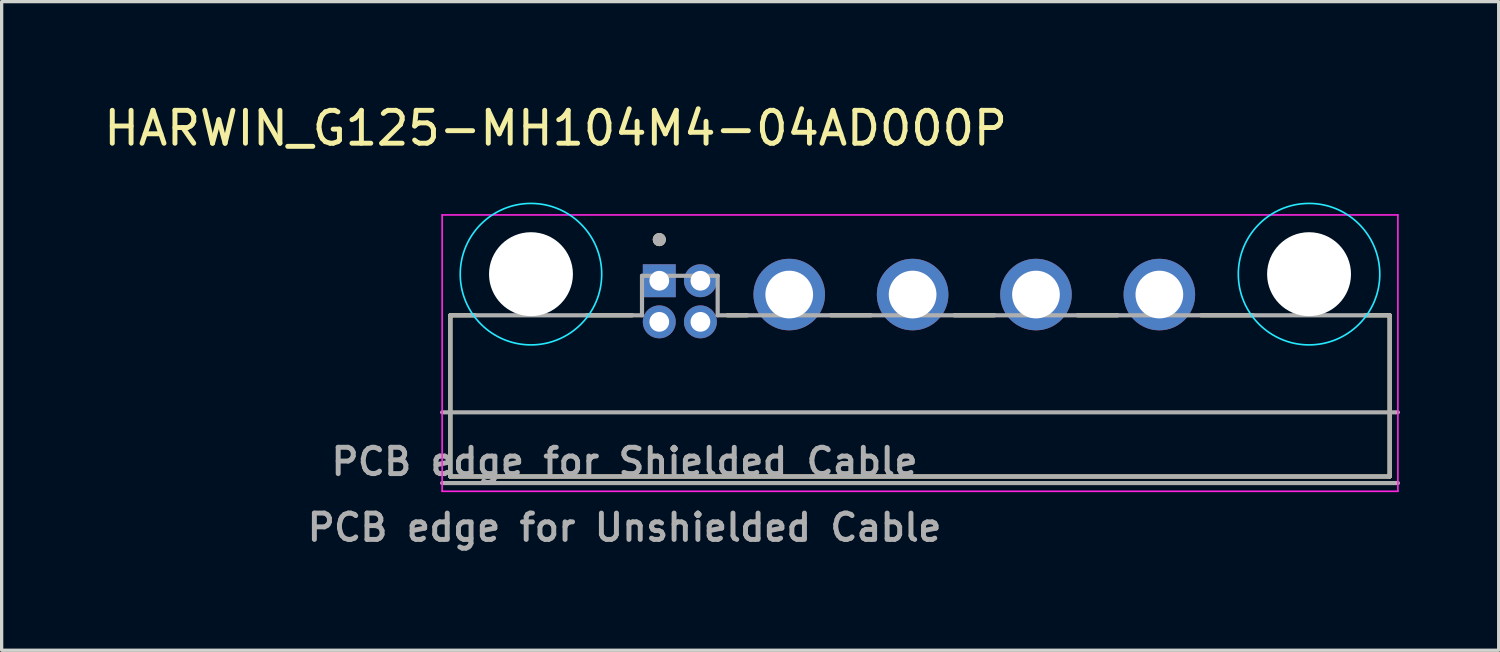
<source format=kicad_pcb>
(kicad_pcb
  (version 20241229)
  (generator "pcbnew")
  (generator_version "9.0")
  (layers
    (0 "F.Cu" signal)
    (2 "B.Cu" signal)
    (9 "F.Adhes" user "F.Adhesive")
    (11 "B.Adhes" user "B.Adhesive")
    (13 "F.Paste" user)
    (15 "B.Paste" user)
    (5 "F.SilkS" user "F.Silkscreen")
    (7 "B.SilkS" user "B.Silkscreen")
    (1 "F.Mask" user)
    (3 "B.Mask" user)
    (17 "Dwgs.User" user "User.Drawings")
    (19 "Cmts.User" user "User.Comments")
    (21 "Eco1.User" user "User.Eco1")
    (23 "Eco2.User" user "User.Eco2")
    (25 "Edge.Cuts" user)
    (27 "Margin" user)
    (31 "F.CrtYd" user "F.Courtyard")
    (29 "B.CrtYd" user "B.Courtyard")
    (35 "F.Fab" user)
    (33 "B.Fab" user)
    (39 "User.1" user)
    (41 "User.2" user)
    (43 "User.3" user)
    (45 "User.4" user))
  (footprint "HARWIN_G125-MH104M4-04AD000P"
    (layer "F.Cu")
    (at 24.914 8.983)
    (property "Reference" "HARWIN_G125-MH104M4-04AD000P" (at -11.075 -8.135 0) (layer "F.SilkS") (effects (font (size 1 1) (thickness 0.15))))
    (attr through_hole)
    (fp_line (start -14.275 -2.45) (end -13.525 -2.45) (stroke (width 0.127) (type solid)) (layer "F.SilkS"))
    (fp_line (start -14.275 2.45) (end -14.275 -2.45) (stroke (width 0.127) (type solid)) (layer "F.SilkS"))
    (fp_line (start -10.125 -2.45) (end -8.75 -2.45) (stroke (width 0.127) (type solid)) (layer "F.SilkS"))
    (fp_line (start -5.855 -2.45) (end -5.25 -2.45) (stroke (width 0.127) (type solid)) (layer "F.SilkS"))
    (fp_line (start -2.711 -2.45) (end -1.489 -2.45) (stroke (width 0.127) (type solid)) (layer "F.SilkS"))
    (fp_line (start 1.039 -2.45) (end 2.261 -2.45) (stroke (width 0.127) (type solid)) (layer "F.SilkS"))
    (fp_line (start 4.789 -2.45) (end 6.011 -2.45) (stroke (width 0.127) (type solid)) (layer "F.SilkS"))
    (fp_line (start 8.539 -2.45) (end 10.125 -2.45) (stroke (width 0.127) (type solid)) (layer "F.SilkS"))
    (fp_line (start 13.525 -2.45) (end 14.275 -2.45) (stroke (width 0.127) (type solid)) (layer "F.SilkS"))
    (fp_line (start 14.275 -2.45) (end 14.275 2.45) (stroke (width 0.127) (type solid)) (layer "F.SilkS"))
    (fp_line (start 14.275 2.45) (end -14.275 2.45) (stroke (width 0.127) (type solid)) (layer "F.SilkS"))
    (fp_circle (center -7.925 -4.75) (end -7.825 -4.75) (stroke (width 0.2) (type solid)) (fill no) (layer "F.SilkS"))
    (fp_circle (center -11.825 -3.7) (end -9.675 -3.7) (stroke (width 0.05) (type solid)) (fill no) (layer "B.CrtYd"))
    (fp_circle (center 11.825 -3.7) (end 13.975 -3.7) (stroke (width 0.05) (type solid)) (fill no) (layer "B.CrtYd"))
    (fp_line (start -14.525 -5.5) (end 14.525 -5.5) (stroke (width 0.05) (type solid)) (layer "F.CrtYd"))
    (fp_line (start -14.525 2.9) (end -14.525 -5.5) (stroke (width 0.05) (type solid)) (layer "F.CrtYd"))
    (fp_line (start 14.525 -5.5) (end 14.525 2.9) (stroke (width 0.05) (type solid)) (layer "F.CrtYd"))
    (fp_line (start 14.525 2.9) (end -14.525 2.9) (stroke (width 0.05) (type solid)) (layer "F.CrtYd"))
    (fp_line (start -14.525 0.5) (end 14.525 0.5) (stroke (width 0.127) (type solid)) (layer "F.Fab"))
    (fp_line (start -14.525 2.65) (end 14.525 2.65) (stroke (width 0.127) (type solid)) (layer "F.Fab"))
    (fp_line (start -14.275 -2.45) (end -8.45 -2.45) (stroke (width 0.127) (type solid)) (layer "F.Fab"))
    (fp_line (start -14.275 2.45) (end -14.275 -2.45) (stroke (width 0.127) (type solid)) (layer "F.Fab"))
    (fp_line (start -8.45 -3.65) (end -6.15 -3.65) (stroke (width 0.127) (type solid)) (layer "F.Fab"))
    (fp_line (start -8.45 -2.45) (end -8.45 -3.65) (stroke (width 0.127) (type solid)) (layer "F.Fab"))
    (fp_line (start -6.15 -3.65) (end -6.15 -2.45) (stroke (width 0.127) (type solid)) (layer "F.Fab"))
    (fp_line (start -6.15 -2.45) (end 14.275 -2.45) (stroke (width 0.127) (type solid)) (layer "F.Fab"))
    (fp_line (start 14.275 -2.45) (end 14.275 2.45) (stroke (width 0.127) (type solid)) (layer "F.Fab"))
    (fp_line (start 14.275 2.45) (end -14.275 2.45) (stroke (width 0.127) (type solid)) (layer "F.Fab"))
    (fp_circle (center -7.925 -4.75) (end -7.825 -4.75) (stroke (width 0.2) (type solid)) (fill no) (layer "F.Fab"))
    (fp_text user "PCB edge for Shielded Cable" (at -8.98 2 0) (layer "F.Fab") (effects (font (size 0.8 0.8) (thickness 0.15))))
    (fp_text user "PCB edge for Unshielded Cable" (at -8.98 4 0) (layer "F.Fab") (effects (font (size 0.8 0.8) (thickness 0.15))))
    (pad "" np_thru_hole circle (at -11.825 -3.7) (size 2.55 2.55) (drill 2.55) (layers "*.Cu" "*.Mask"))
    (pad "" np_thru_hole circle (at 11.825 -3.7) (size 2.55 2.55) (drill 2.55) (layers "*.Cu" "*.Mask"))
    (pad "1" thru_hole rect (at -7.925 -3.5) (size 1 1) (drill 0.6) (layers "*.Cu" "*.Mask"))
    (pad "2" thru_hole circle (at -6.675 -3.5) (size 1 1) (drill 0.6) (layers "*.Cu" "*.Mask"))
    (pad "3" thru_hole circle (at -7.925 -2.25) (size 1 1) (drill 0.6) (layers "*.Cu" "*.Mask"))
    (pad "4" thru_hole circle (at -6.675 -2.25) (size 1 1) (drill 0.6) (layers "*.Cu" "*.Mask"))
    (pad "A" thru_hole circle (at -3.975 -3.08) (size 2.175 2.175) (drill 1.45) (layers "*.Cu" "*.Mask"))
    (pad "B" thru_hole circle (at -0.225 -3.08) (size 2.175 2.175) (drill 1.45) (layers "*.Cu" "*.Mask"))
    (pad "C" thru_hole circle (at 3.525 -3.08) (size 2.175 2.175) (drill 1.45) (layers "*.Cu" "*.Mask"))
    (pad "D" thru_hole circle (at 7.275 -3.08) (size 2.175 2.175) (drill 1.45) (layers "*.Cu" "*.Mask"))
    (zone (net_name "") (layers "F.Cu" "B.Cu") (hatch full 0.508) (connect_pads) (min_thickness 1.9) (filled_areas_thickness no) (keepout (tracks allowed) (vias not_allowed) (pads allowed) (copperpour allowed) (footprints allowed)) (placement (enabled no)) (fill) (polygon (pts (xy 14.989 5.283) (xy 14.98 5.469) (xy 14.953 5.654) (xy 14.907 5.835) (xy 14.845 6.01) (xy 14.765 6.179) (xy 14.669 6.339) (xy 14.558 6.489) (xy 14.433 6.627) (xy 14.295 6.752) (xy 14.145 6.863) (xy 13.985 6.959) (xy 13.816 7.039) (xy 13.641 7.101) (xy 13.46 7.147) (xy 13.276 7.174) (xy 13.089 7.183) (xy 12.903 7.174) (xy 12.719 7.147) (xy 12.538 7.101) (xy 12.362 7.039) (xy 12.194 6.959) (xy 12.034 6.863) (xy 11.884 6.752) (xy 11.746 6.627) (xy 11.621 6.489) (xy 11.509 6.339) (xy 11.414 6.179) (xy 11.334 6.01) (xy 11.271 5.835) (xy 11.226 5.654) (xy 11.198 5.469) (xy 11.189 5.283) (xy 11.198 5.097) (xy 11.226 4.913) (xy 11.271 4.732) (xy 11.334 4.556) (xy 11.414 4.388) (xy 11.509 4.228) (xy 11.621 4.078) (xy 11.746 3.94) (xy 11.884 3.815) (xy 12.034 3.703) (xy 12.194 3.608) (xy 12.362 3.528) (xy 12.538 3.465) (xy 12.719 3.42) (xy 12.903 3.392) (xy 13.089 3.383) (xy 13.276 3.392) (xy 13.46 3.42) (xy 13.641 3.465) (xy 13.816 3.528) (xy 13.985 3.608) (xy 14.145 3.703) (xy 14.295 3.815) (xy 14.433 3.94) (xy 14.558 4.078) (xy 14.669 4.228) (xy 14.765 4.388) (xy 14.845 4.556) (xy 14.907 4.732) (xy 14.953 4.913) (xy 14.98 5.097))))
    (zone (net_name "") (layers "F.Cu" "B.Cu") (hatch full 0.508) (connect_pads) (min_thickness 1.9) (filled_areas_thickness no) (keepout (tracks allowed) (vias not_allowed) (pads allowed) (copperpour allowed) (footprints allowed)) (placement (enabled no)) (fill) (polygon (pts (xy 38.639 5.283) (xy 38.63 5.469) (xy 38.603 5.654) (xy 38.557 5.835) (xy 38.495 6.01) (xy 38.415 6.179) (xy 38.319 6.339) (xy 38.208 6.489) (xy 38.083 6.627) (xy 37.945 6.752) (xy 37.795 6.863) (xy 37.635 6.959) (xy 37.466 7.039) (xy 37.291 7.101) (xy 37.11 7.147) (xy 36.926 7.174) (xy 36.739 7.183) (xy 36.553 7.174) (xy 36.369 7.147) (xy 36.188 7.101) (xy 36.012 7.039) (xy 35.844 6.959) (xy 35.684 6.863) (xy 35.534 6.752) (xy 35.396 6.627) (xy 35.271 6.489) (xy 35.159 6.339) (xy 35.064 6.179) (xy 34.984 6.01) (xy 34.921 5.835) (xy 34.876 5.654) (xy 34.848 5.469) (xy 34.839 5.283) (xy 34.848 5.097) (xy 34.876 4.913) (xy 34.921 4.732) (xy 34.984 4.556) (xy 35.064 4.388) (xy 35.159 4.228) (xy 35.271 4.078) (xy 35.396 3.94) (xy 35.534 3.815) (xy 35.684 3.703) (xy 35.844 3.608) (xy 36.012 3.528) (xy 36.188 3.465) (xy 36.369 3.42) (xy 36.553 3.392) (xy 36.739 3.383) (xy 36.926 3.392) (xy 37.11 3.42) (xy 37.291 3.465) (xy 37.466 3.528) (xy 37.635 3.608) (xy 37.795 3.703) (xy 37.945 3.815) (xy 38.083 3.94) (xy 38.208 4.078) (xy 38.319 4.228) (xy 38.415 4.388) (xy 38.495 4.556) (xy 38.557 4.732) (xy 38.603 4.913) (xy 38.63 5.097))))
    (zone (net_name "") (layer "B.Cu") (hatch full 0.508) (connect_pads) (min_thickness 1.9) (filled_areas_thickness no) (keepout (tracks not_allowed) (vias not_allowed) (pads not_allowed) (copperpour not_allowed) (footprints allowed)) (placement (enabled no)) (fill) (polygon (pts (xy 14.989 5.283) (xy 14.98 5.469) (xy 14.953 5.654) (xy 14.907 5.835) (xy 14.845 6.01) (xy 14.765 6.179) (xy 14.669 6.339) (xy 14.558 6.489) (xy 14.433 6.627) (xy 14.295 6.752) (xy 14.145 6.863) (xy 13.985 6.959) (xy 13.816 7.039) (xy 13.641 7.101) (xy 13.46 7.147) (xy 13.276 7.174) (xy 13.089 7.183) (xy 12.903 7.174) (xy 12.719 7.147) (xy 12.538 7.101) (xy 12.362 7.039) (xy 12.194 6.959) (xy 12.034 6.863) (xy 11.884 6.752) (xy 11.746 6.627) (xy 11.621 6.489) (xy 11.509 6.339) (xy 11.414 6.179) (xy 11.334 6.01) (xy 11.271 5.835) (xy 11.226 5.654) (xy 11.198 5.469) (xy 11.189 5.283) (xy 11.198 5.097) (xy 11.226 4.913) (xy 11.271 4.732) (xy 11.334 4.556) (xy 11.414 4.388) (xy 11.509 4.228) (xy 11.621 4.078) (xy 11.746 3.94) (xy 11.884 3.815) (xy 12.034 3.703) (xy 12.194 3.608) (xy 12.362 3.528) (xy 12.538 3.465) (xy 12.719 3.42) (xy 12.903 3.392) (xy 13.089 3.383) (xy 13.276 3.392) (xy 13.46 3.42) (xy 13.641 3.465) (xy 13.816 3.528) (xy 13.985 3.608) (xy 14.145 3.703) (xy 14.295 3.815) (xy 14.433 3.94) (xy 14.558 4.078) (xy 14.669 4.228) (xy 14.765 4.388) (xy 14.845 4.556) (xy 14.907 4.732) (xy 14.953 4.913) (xy 14.98 5.097))))
    (zone (net_name "") (layer "B.Cu") (hatch full 0.508) (connect_pads) (min_thickness 1.9) (filled_areas_thickness no) (keepout (tracks not_allowed) (vias not_allowed) (pads not_allowed) (copperpour not_allowed) (footprints allowed)) (placement (enabled no)) (fill) (polygon (pts (xy 38.639 5.283) (xy 38.63 5.469) (xy 38.603 5.654) (xy 38.557 5.835) (xy 38.495 6.01) (xy 38.415 6.179) (xy 38.319 6.339) (xy 38.208 6.489) (xy 38.083 6.627) (xy 37.945 6.752) (xy 37.795 6.863) (xy 37.635 6.959) (xy 37.466 7.039) (xy 37.291 7.101) (xy 37.11 7.147) (xy 36.926 7.174) (xy 36.739 7.183) (xy 36.553 7.174) (xy 36.369 7.147) (xy 36.188 7.101) (xy 36.012 7.039) (xy 35.844 6.959) (xy 35.684 6.863) (xy 35.534 6.752) (xy 35.396 6.627) (xy 35.271 6.489) (xy 35.159 6.339) (xy 35.064 6.179) (xy 34.984 6.01) (xy 34.921 5.835) (xy 34.876 5.654) (xy 34.848 5.469) (xy 34.839 5.283) (xy 34.848 5.097) (xy 34.876 4.913) (xy 34.921 4.732) (xy 34.984 4.556) (xy 35.064 4.388) (xy 35.159 4.228) (xy 35.271 4.078) (xy 35.396 3.94) (xy 35.534 3.815) (xy 35.684 3.703) (xy 35.844 3.608) (xy 36.012 3.528) (xy 36.188 3.465) (xy 36.369 3.42) (xy 36.553 3.392) (xy 36.739 3.383) (xy 36.926 3.392) (xy 37.11 3.42) (xy 37.291 3.465) (xy 37.466 3.528) (xy 37.635 3.608) (xy 37.795 3.703) (xy 37.945 3.815) (xy 38.083 3.94) (xy 38.208 4.078) (xy 38.319 4.228) (xy 38.415 4.388) (xy 38.495 4.556) (xy 38.557 4.732) (xy 38.603 4.913) (xy 38.63 5.097)))))
  (gr_rect
    (start -3 -3)
    (end 42.503 16.715)
    (stroke (width 0.1) (type default))
    (fill no)
    (layer "Edge.Cuts")))
</source>
